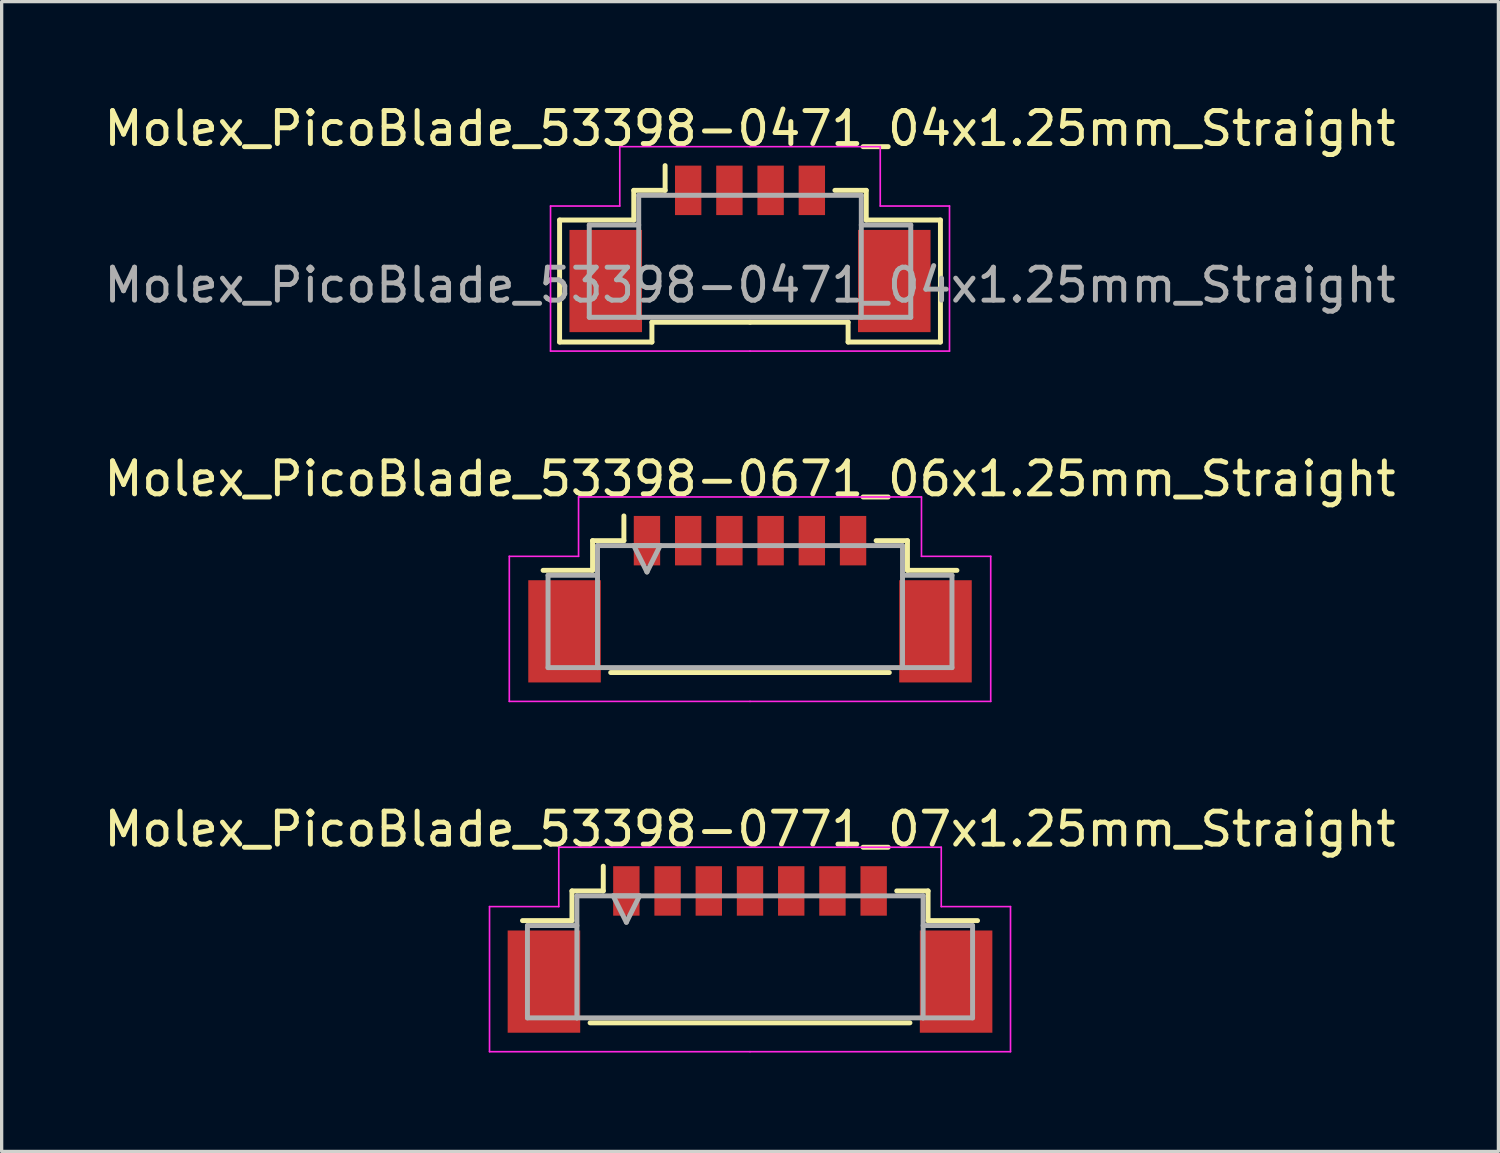
<source format=kicad_pcb>
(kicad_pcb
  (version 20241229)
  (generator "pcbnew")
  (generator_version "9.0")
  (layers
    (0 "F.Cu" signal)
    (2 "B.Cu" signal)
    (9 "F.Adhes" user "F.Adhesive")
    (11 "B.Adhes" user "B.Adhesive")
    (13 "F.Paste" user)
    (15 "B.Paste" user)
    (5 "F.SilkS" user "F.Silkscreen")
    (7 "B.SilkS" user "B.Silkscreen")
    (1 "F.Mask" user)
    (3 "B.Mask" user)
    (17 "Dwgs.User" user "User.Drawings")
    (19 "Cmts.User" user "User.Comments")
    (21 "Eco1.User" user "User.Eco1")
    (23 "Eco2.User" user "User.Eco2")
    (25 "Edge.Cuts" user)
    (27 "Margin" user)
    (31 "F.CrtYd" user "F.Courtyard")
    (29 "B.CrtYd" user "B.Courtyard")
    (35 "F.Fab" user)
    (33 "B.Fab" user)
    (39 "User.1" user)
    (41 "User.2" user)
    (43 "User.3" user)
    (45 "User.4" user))
  (footprint "Molex_PicoBlade_53398-0771_07x1.25mm_Straight"
    (layer "F.Cu")
    (at 19.696 25.345)
    (property "Reference" "Molex_PicoBlade_53398-0771_07x1.25mm_Straight" (at 0 -3.25 0) (layer "F.SilkS") (effects (font (size 1 1) (thickness 0.15))))
    (attr smd)
    (fp_line (start -5.4 -1.375) (end -5.4 -0.475) (stroke (width 0.15) (type solid)) (layer "F.SilkS"))
    (fp_line (start -5.4 -0.475) (end -6.9 -0.475) (stroke (width 0.15) (type solid)) (layer "F.SilkS"))
    (fp_line (start -4.85 2.625) (end 4.85 2.625) (stroke (width 0.15) (type solid)) (layer "F.SilkS"))
    (fp_line (start -4.45 -1.375) (end -5.4 -1.375) (stroke (width 0.15) (type solid)) (layer "F.SilkS"))
    (fp_line (start -4.45 -1.375) (end -4.45 -2.125) (stroke (width 0.15) (type solid)) (layer "F.SilkS"))
    (fp_line (start 4.45 -1.375) (end 5.4 -1.375) (stroke (width 0.15) (type solid)) (layer "F.SilkS"))
    (fp_line (start 5.4 -1.375) (end 5.4 -0.475) (stroke (width 0.15) (type solid)) (layer "F.SilkS"))
    (fp_line (start 5.4 -0.475) (end 6.9 -0.475) (stroke (width 0.15) (type solid)) (layer "F.SilkS"))
    (fp_line (start -7.9 -0.9) (end -7.9 3.5) (stroke (width 0.05) (type solid)) (layer "F.CrtYd"))
    (fp_line (start -7.9 3.5) (end 0 3.5) (stroke (width 0.05) (type solid)) (layer "F.CrtYd"))
    (fp_line (start -5.8 -2.7) (end -5.8 -0.9) (stroke (width 0.05) (type solid)) (layer "F.CrtYd"))
    (fp_line (start -5.8 -0.9) (end -7.9 -0.9) (stroke (width 0.05) (type solid)) (layer "F.CrtYd"))
    (fp_line (start 0 -2.7) (end -5.8 -2.7) (stroke (width 0.05) (type solid)) (layer "F.CrtYd"))
    (fp_line (start 0 -2.7) (end 5.8 -2.7) (stroke (width 0.05) (type solid)) (layer "F.CrtYd"))
    (fp_line (start 5.8 -2.7) (end 5.8 -0.9) (stroke (width 0.05) (type solid)) (layer "F.CrtYd"))
    (fp_line (start 5.8 -0.9) (end 7.9 -0.9) (stroke (width 0.05) (type solid)) (layer "F.CrtYd"))
    (fp_line (start 7.9 -0.9) (end 7.9 3.5) (stroke (width 0.05) (type solid)) (layer "F.CrtYd"))
    (fp_line (start 7.9 3.5) (end 0 3.5) (stroke (width 0.05) (type solid)) (layer "F.CrtYd"))
    (fp_line (start -6.75 -0.325) (end -5.25 -0.325) (stroke (width 0.15) (type solid)) (layer "F.Fab"))
    (fp_line (start -6.75 2.475) (end -6.75 -0.325) (stroke (width 0.15) (type solid)) (layer "F.Fab"))
    (fp_line (start -5.25 -1.225) (end -5.25 2.475) (stroke (width 0.15) (type solid)) (layer "F.Fab"))
    (fp_line (start -5.25 2.475) (end -6.75 2.475) (stroke (width 0.15) (type solid)) (layer "F.Fab"))
    (fp_line (start -5.25 2.475) (end 5.25 2.475) (stroke (width 0.15) (type solid)) (layer "F.Fab"))
    (fp_line (start -4.15 -1.225) (end -3.75 -0.425) (stroke (width 0.15) (type solid)) (layer "F.Fab"))
    (fp_line (start -3.75 -0.425) (end -3.35 -1.225) (stroke (width 0.15) (type solid)) (layer "F.Fab"))
    (fp_line (start -3.35 -1.225) (end -4.15 -1.225) (stroke (width 0.15) (type solid)) (layer "F.Fab"))
    (fp_line (start 5.25 -1.225) (end -5.25 -1.225) (stroke (width 0.15) (type solid)) (layer "F.Fab"))
    (fp_line (start 5.25 2.475) (end 5.25 -1.225) (stroke (width 0.15) (type solid)) (layer "F.Fab"))
    (fp_line (start 5.25 2.475) (end 6.75 2.475) (stroke (width 0.15) (type solid)) (layer "F.Fab"))
    (fp_line (start 6.75 -0.325) (end 5.25 -0.325) (stroke (width 0.15) (type solid)) (layer "F.Fab"))
    (fp_line (start 6.75 2.475) (end 6.75 -0.325) (stroke (width 0.15) (type solid)) (layer "F.Fab"))
    (pad "" smd rect (at -6.25 1.375) (size 2.2 3.1) (layers "F.Cu" "F.Mask" "F.Paste"))
    (pad "" smd rect (at 6.25 1.375) (size 2.2 3.1) (layers "F.Cu" "F.Mask" "F.Paste"))
    (pad "1" smd rect (at -3.75 -1.375) (size 0.8 1.5) (layers "F.Cu" "F.Mask" "F.Paste"))
    (pad "2" smd rect (at -2.5 -1.375) (size 0.8 1.5) (layers "F.Cu" "F.Mask" "F.Paste"))
    (pad "3" smd rect (at -1.25 -1.375) (size 0.8 1.5) (layers "F.Cu" "F.Mask" "F.Paste"))
    (pad "4" smd rect (at 0 -1.375) (size 0.8 1.5) (layers "F.Cu" "F.Mask" "F.Paste"))
    (pad "5" smd rect (at 1.25 -1.375) (size 0.8 1.5) (layers "F.Cu" "F.Mask" "F.Paste"))
    (pad "6" smd rect (at 2.5 -1.375) (size 0.8 1.5) (layers "F.Cu" "F.Mask" "F.Paste"))
    (pad "7" smd rect (at 3.75 -1.375) (size 0.8 1.5) (layers "F.Cu" "F.Mask" "F.Paste")))
  (footprint "Molex_PicoBlade_53398-0471_04x1.25mm_Straight"
    (layer "F.Cu")
    (at 19.696 4.098)
    (property "Reference" "Molex_PicoBlade_53398-0471_04x1.25mm_Straight" (at 0 -3.25 0) (layer "F.SilkS") (effects (font (size 1 1) (thickness 0.15))))
    (attr smd)
    (fp_line (start -5.775 -0.475) (end -5.775 3.225) (stroke (width 0.15) (type solid)) (layer "F.SilkS"))
    (fp_line (start -5.775 3.225) (end -2.975 3.225) (stroke (width 0.15) (type solid)) (layer "F.SilkS"))
    (fp_line (start -3.525 -1.375) (end -3.525 -0.475) (stroke (width 0.15) (type solid)) (layer "F.SilkS"))
    (fp_line (start -3.525 -0.475) (end -5.775 -0.475) (stroke (width 0.15) (type solid)) (layer "F.SilkS"))
    (fp_line (start -2.975 2.625) (end 0 2.625) (stroke (width 0.15) (type solid)) (layer "F.SilkS"))
    (fp_line (start -2.975 3.225) (end -2.975 2.625) (stroke (width 0.15) (type solid)) (layer "F.SilkS"))
    (fp_line (start -2.575 -1.375) (end -3.525 -1.375) (stroke (width 0.15) (type solid)) (layer "F.SilkS"))
    (fp_line (start -2.575 -1.375) (end -2.575 -2.125) (stroke (width 0.15) (type solid)) (layer "F.SilkS"))
    (fp_line (start 2.575 -1.375) (end 3.525 -1.375) (stroke (width 0.15) (type solid)) (layer "F.SilkS"))
    (fp_line (start 2.975 2.625) (end 0 2.625) (stroke (width 0.15) (type solid)) (layer "F.SilkS"))
    (fp_line (start 2.975 3.225) (end 2.975 2.625) (stroke (width 0.15) (type solid)) (layer "F.SilkS"))
    (fp_line (start 3.525 -1.375) (end 3.525 -0.475) (stroke (width 0.15) (type solid)) (layer "F.SilkS"))
    (fp_line (start 3.525 -0.475) (end 5.775 -0.475) (stroke (width 0.15) (type solid)) (layer "F.SilkS"))
    (fp_line (start 5.775 -0.475) (end 5.775 3.225) (stroke (width 0.15) (type solid)) (layer "F.SilkS"))
    (fp_line (start 5.775 3.225) (end 2.975 3.225) (stroke (width 0.15) (type solid)) (layer "F.SilkS"))
    (fp_line (start -6.05 -0.9) (end -6.05 3.5) (stroke (width 0.05) (type solid)) (layer "F.CrtYd"))
    (fp_line (start -6.05 3.5) (end 0 3.5) (stroke (width 0.05) (type solid)) (layer "F.CrtYd"))
    (fp_line (start -3.95 -2.7) (end -3.95 -0.9) (stroke (width 0.05) (type solid)) (layer "F.CrtYd"))
    (fp_line (start -3.95 -0.9) (end -6.05 -0.9) (stroke (width 0.05) (type solid)) (layer "F.CrtYd"))
    (fp_line (start 0 -2.7) (end -3.95 -2.7) (stroke (width 0.05) (type solid)) (layer "F.CrtYd"))
    (fp_line (start 0 -2.7) (end 3.95 -2.7) (stroke (width 0.05) (type solid)) (layer "F.CrtYd"))
    (fp_line (start 3.95 -2.7) (end 3.95 -0.9) (stroke (width 0.05) (type solid)) (layer "F.CrtYd"))
    (fp_line (start 3.95 -0.9) (end 6.05 -0.9) (stroke (width 0.05) (type solid)) (layer "F.CrtYd"))
    (fp_line (start 6.05 -0.9) (end 6.05 3.5) (stroke (width 0.05) (type solid)) (layer "F.CrtYd"))
    (fp_line (start 6.05 3.5) (end 0 3.5) (stroke (width 0.05) (type solid)) (layer "F.CrtYd"))
    (fp_line (start -4.875 -0.325) (end -3.375 -0.325) (stroke (width 0.15) (type solid)) (layer "F.Fab"))
    (fp_line (start -4.875 2.475) (end -4.875 -0.325) (stroke (width 0.15) (type solid)) (layer "F.Fab"))
    (fp_line (start -3.375 -1.225) (end -3.375 2.475) (stroke (width 0.15) (type solid)) (layer "F.Fab"))
    (fp_line (start -3.375 2.475) (end -4.875 2.475) (stroke (width 0.15) (type solid)) (layer "F.Fab"))
    (fp_line (start -3.375 2.475) (end 3.375 2.475) (stroke (width 0.15) (type solid)) (layer "F.Fab"))
    (fp_line (start 3.375 -1.225) (end -3.375 -1.225) (stroke (width 0.15) (type solid)) (layer "F.Fab"))
    (fp_line (start 3.375 2.475) (end 3.375 -1.225) (stroke (width 0.15) (type solid)) (layer "F.Fab"))
    (fp_line (start 3.375 2.475) (end 4.875 2.475) (stroke (width 0.15) (type solid)) (layer "F.Fab"))
    (fp_line (start 4.875 -0.325) (end 3.375 -0.325) (stroke (width 0.15) (type solid)) (layer "F.Fab"))
    (fp_line (start 4.875 2.475) (end 4.875 -0.325) (stroke (width 0.15) (type solid)) (layer "F.Fab"))
    (fp_text user "${REFERENCE}" (at 0 1.5 0) (layer "F.Fab") (effects (font (size 1 1) (thickness 0.15))))
    (pad "" smd rect (at -4.375 1.375) (size 2.2 3.1) (layers "F.Cu" "F.Mask" "F.Paste"))
    (pad "" smd rect (at 4.375 1.375) (size 2.2 3.1) (layers "F.Cu" "F.Mask" "F.Paste"))
    (pad "1" smd rect (at -1.875 -1.375) (size 0.8 1.5) (layers "F.Cu" "F.Mask" "F.Paste"))
    (pad "2" smd rect (at -0.625 -1.375) (size 0.8 1.5) (layers "F.Cu" "F.Mask" "F.Paste"))
    (pad "3" smd rect (at 0.625 -1.375) (size 0.8 1.5) (layers "F.Cu" "F.Mask" "F.Paste"))
    (pad "4" smd rect (at 1.875 -1.375) (size 0.8 1.5) (layers "F.Cu" "F.Mask" "F.Paste")))
  (footprint "Molex_PicoBlade_53398-0671_06x1.25mm_Straight"
    (layer "F.Cu")
    (at 19.696 14.722)
    (property "Reference" "Molex_PicoBlade_53398-0671_06x1.25mm_Straight" (at 0 -3.25 0) (layer "F.SilkS") (effects (font (size 1 1) (thickness 0.15))))
    (attr smd)
    (fp_line (start -4.775 -1.375) (end -4.775 -0.475) (stroke (width 0.15) (type solid)) (layer "F.SilkS"))
    (fp_line (start -4.775 -0.475) (end -6.275 -0.475) (stroke (width 0.15) (type solid)) (layer "F.SilkS"))
    (fp_line (start -4.225 2.625) (end 4.225 2.625) (stroke (width 0.15) (type solid)) (layer "F.SilkS"))
    (fp_line (start -3.825 -1.375) (end -4.775 -1.375) (stroke (width 0.15) (type solid)) (layer "F.SilkS"))
    (fp_line (start -3.825 -1.375) (end -3.825 -2.125) (stroke (width 0.15) (type solid)) (layer "F.SilkS"))
    (fp_line (start 3.825 -1.375) (end 4.775 -1.375) (stroke (width 0.15) (type solid)) (layer "F.SilkS"))
    (fp_line (start 4.775 -1.375) (end 4.775 -0.475) (stroke (width 0.15) (type solid)) (layer "F.SilkS"))
    (fp_line (start 4.775 -0.475) (end 6.275 -0.475) (stroke (width 0.15) (type solid)) (layer "F.SilkS"))
    (fp_line (start -7.3 -0.9) (end -7.3 3.5) (stroke (width 0.05) (type solid)) (layer "F.CrtYd"))
    (fp_line (start -7.3 3.5) (end 0 3.5) (stroke (width 0.05) (type solid)) (layer "F.CrtYd"))
    (fp_line (start -5.2 -2.7) (end -5.2 -0.9) (stroke (width 0.05) (type solid)) (layer "F.CrtYd"))
    (fp_line (start -5.2 -0.9) (end -7.3 -0.9) (stroke (width 0.05) (type solid)) (layer "F.CrtYd"))
    (fp_line (start 0 -2.7) (end -5.2 -2.7) (stroke (width 0.05) (type solid)) (layer "F.CrtYd"))
    (fp_line (start 0 -2.7) (end 5.2 -2.7) (stroke (width 0.05) (type solid)) (layer "F.CrtYd"))
    (fp_line (start 5.2 -2.7) (end 5.2 -0.9) (stroke (width 0.05) (type solid)) (layer "F.CrtYd"))
    (fp_line (start 5.2 -0.9) (end 7.3 -0.9) (stroke (width 0.05) (type solid)) (layer "F.CrtYd"))
    (fp_line (start 7.3 -0.9) (end 7.3 3.5) (stroke (width 0.05) (type solid)) (layer "F.CrtYd"))
    (fp_line (start 7.3 3.5) (end 0 3.5) (stroke (width 0.05) (type solid)) (layer "F.CrtYd"))
    (fp_line (start -6.125 -0.325) (end -4.625 -0.325) (stroke (width 0.15) (type solid)) (layer "F.Fab"))
    (fp_line (start -6.125 2.475) (end -6.125 -0.325) (stroke (width 0.15) (type solid)) (layer "F.Fab"))
    (fp_line (start -4.625 -1.225) (end -4.625 2.475) (stroke (width 0.15) (type solid)) (layer "F.Fab"))
    (fp_line (start -4.625 2.475) (end -6.125 2.475) (stroke (width 0.15) (type solid)) (layer "F.Fab"))
    (fp_line (start -4.625 2.475) (end 4.625 2.475) (stroke (width 0.15) (type solid)) (layer "F.Fab"))
    (fp_line (start -3.525 -1.225) (end -3.125 -0.425) (stroke (width 0.15) (type solid)) (layer "F.Fab"))
    (fp_line (start -3.125 -0.425) (end -2.725 -1.225) (stroke (width 0.15) (type solid)) (layer "F.Fab"))
    (fp_line (start -2.725 -1.225) (end -3.525 -1.225) (stroke (width 0.15) (type solid)) (layer "F.Fab"))
    (fp_line (start 4.625 -1.225) (end -4.625 -1.225) (stroke (width 0.15) (type solid)) (layer "F.Fab"))
    (fp_line (start 4.625 2.475) (end 4.625 -1.225) (stroke (width 0.15) (type solid)) (layer "F.Fab"))
    (fp_line (start 4.625 2.475) (end 6.125 2.475) (stroke (width 0.15) (type solid)) (layer "F.Fab"))
    (fp_line (start 6.125 -0.325) (end 4.625 -0.325) (stroke (width 0.15) (type solid)) (layer "F.Fab"))
    (fp_line (start 6.125 2.475) (end 6.125 -0.325) (stroke (width 0.15) (type solid)) (layer "F.Fab"))
    (pad "" smd rect (at -5.625 1.375) (size 2.2 3.1) (layers "F.Cu" "F.Mask" "F.Paste"))
    (pad "" smd rect (at 5.625 1.375) (size 2.2 3.1) (layers "F.Cu" "F.Mask" "F.Paste"))
    (pad "1" smd rect (at -3.125 -1.375) (size 0.8 1.5) (layers "F.Cu" "F.Mask" "F.Paste"))
    (pad "2" smd rect (at -1.875 -1.375) (size 0.8 1.5) (layers "F.Cu" "F.Mask" "F.Paste"))
    (pad "3" smd rect (at -0.625 -1.375) (size 0.8 1.5) (layers "F.Cu" "F.Mask" "F.Paste"))
    (pad "4" smd rect (at 0.625 -1.375) (size 0.8 1.5) (layers "F.Cu" "F.Mask" "F.Paste"))
    (pad "5" smd rect (at 1.875 -1.375) (size 0.8 1.5) (layers "F.Cu" "F.Mask" "F.Paste"))
    (pad "6" smd rect (at 3.125 -1.375) (size 0.8 1.5) (layers "F.Cu" "F.Mask" "F.Paste")))
  (gr_rect
    (start -3 -3)
    (end 42.393 31.87)
    (stroke (width 0.1) (type default))
    (fill no)
    (layer "Edge.Cuts")))
</source>
